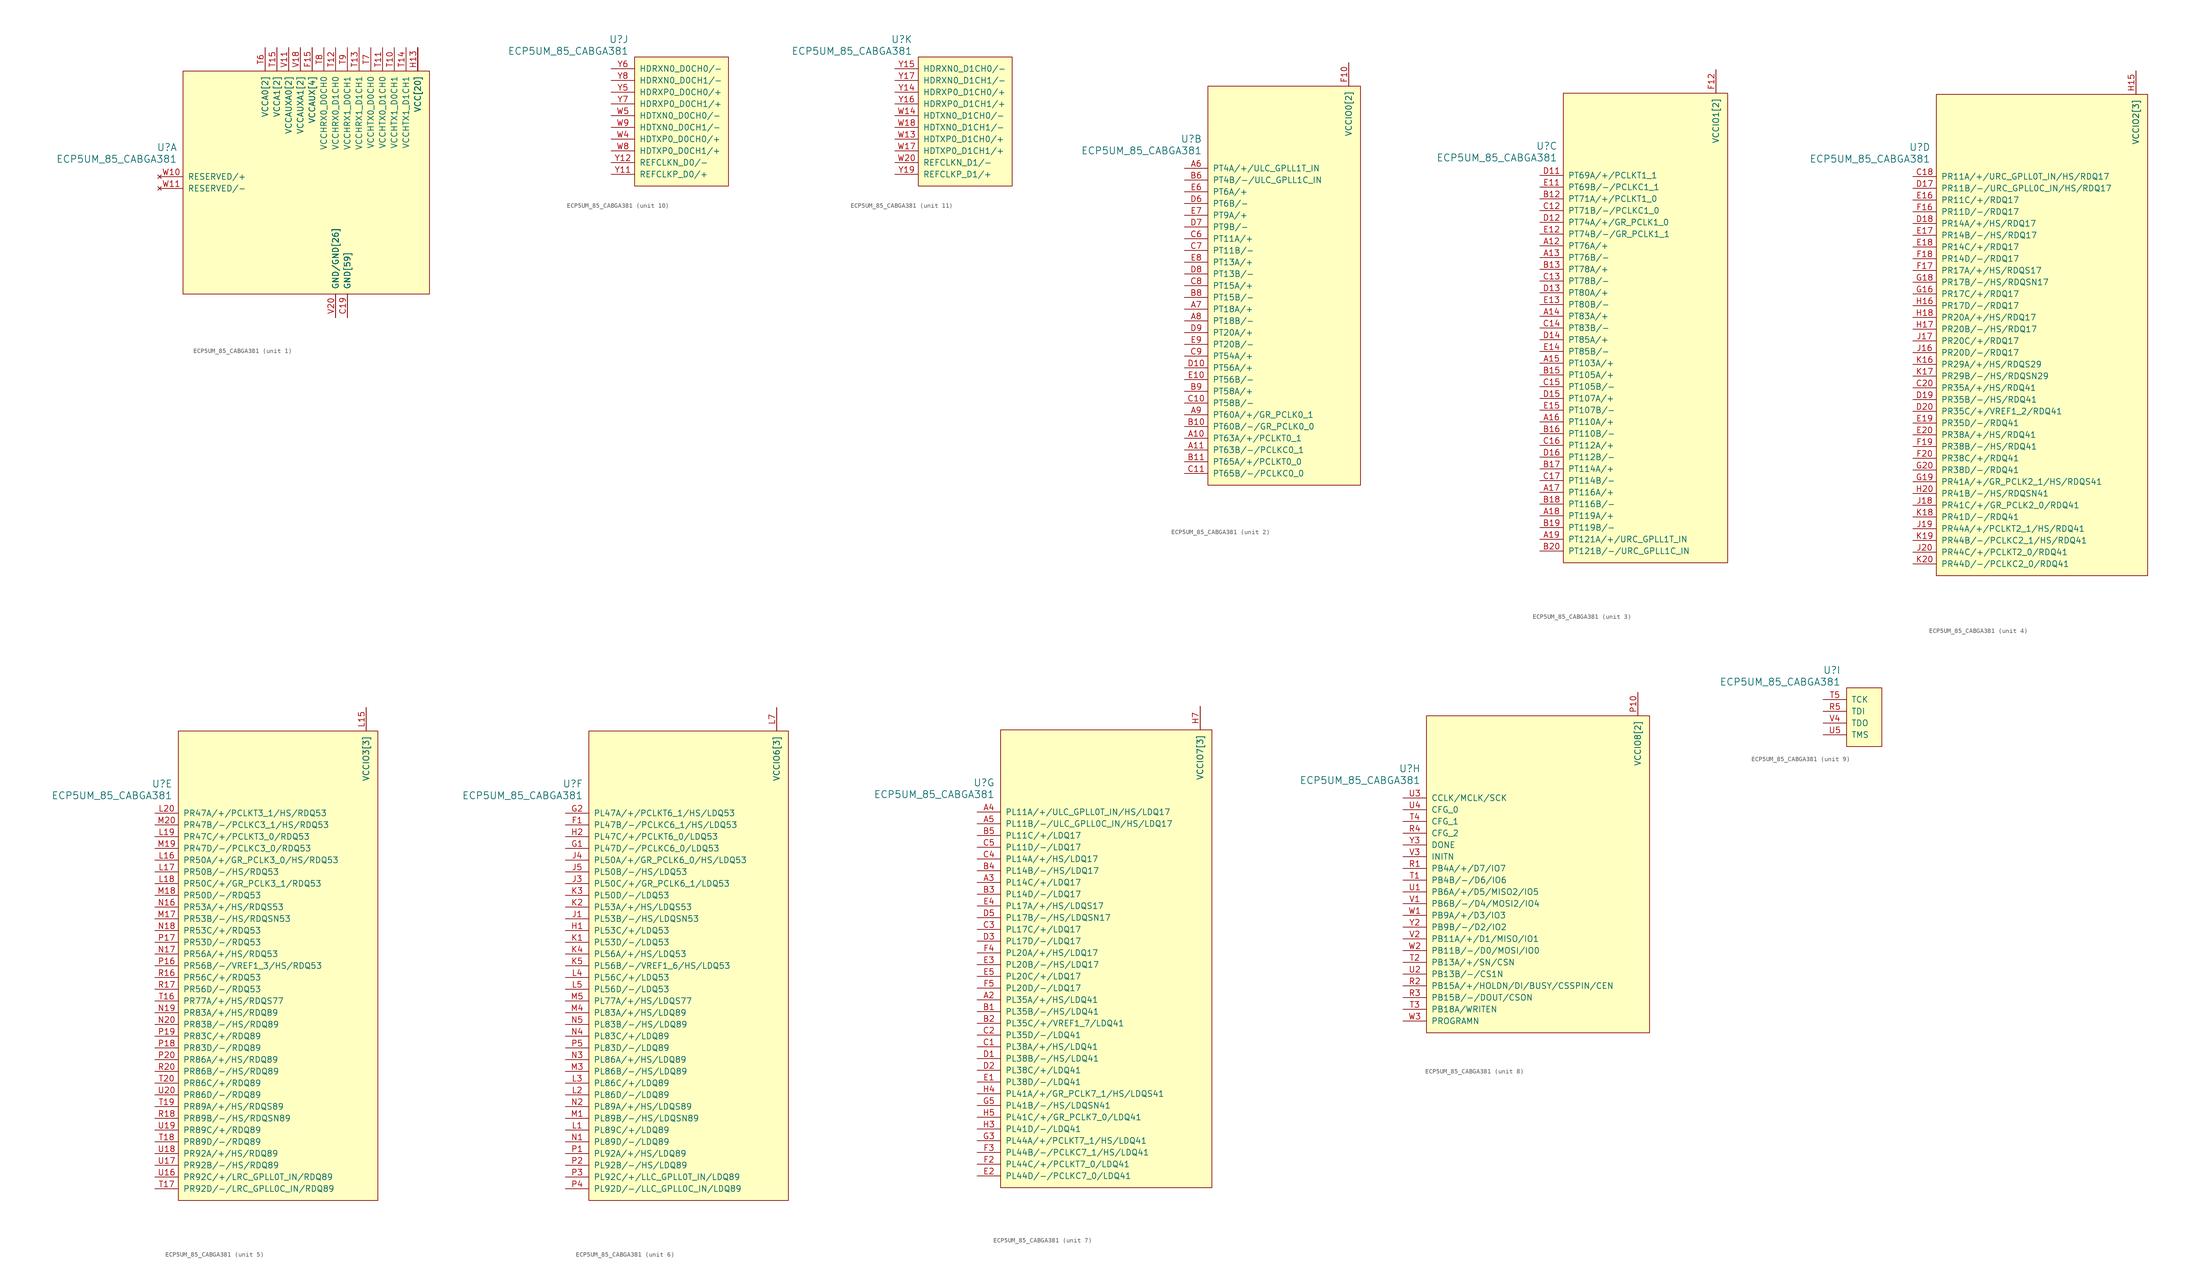
<source format=kicad_sym>
(kicad_symbol_lib
  (version 20211014)
  (generator kicad_symbol_editor)
  (symbol "ECP5UM_85_CABGA381"
    (pin_names
      (offset 1.016))
    (property "Reference" "U"
      (at 3.81 6.35 0)
      (effects (font (size 1.524 1.524)) (justify right)))
    (property "Value" "ECP5UM_85_CABGA381"
      (at 3.81 3.81 0)
      (effects (font (size 1.524 1.524)) (justify right)))
    (property "ki_locked" ""
      (at 0 0 0)
      (effects (font (size 1.27 1.27))))
    (symbol "ECP5UM_85_CABGA381_1_1"
      (rectangle (start 5.08 22.86) (end 58.42 -25.4) (stroke (width 0) (type default) (color 0 0 0 0)) (fill (type background)))
      (pin power_in line (at 40.64 -30.48 90) (length 5.08) (name "GND[59]" (effects (font (size 1.27 1.27)))) (number "B14" (effects (font (size 0 0)))))
      (pin power_in line (at 40.64 -30.48 90) (length 5.08) (name "GND[59]" (effects (font (size 1.27 1.27)))) (number "B7" (effects (font (size 0 0)))))
      (pin power_in line (at 40.64 -30.48 90) (length 5.08) (name "GND[59]" (effects (font (size 1.27 1.27)))) (number "C19" (effects (font (size 1.27 1.27)))))
      (pin power_in line (at 40.64 -30.48 90) (length 5.08) (name "GND[59]" (effects (font (size 1.27 1.27)))) (number "D4" (effects (font (size 0 0)))))
      (pin power_in line (at 40.64 -30.48 90) (length 5.08) (name "GND[59]" (effects (font (size 1.27 1.27)))) (number "F13" (effects (font (size 0 0)))))
      (pin power_in line (at 40.64 -30.48 90) (length 5.08) (name "GND[59]" (effects (font (size 1.27 1.27)))) (number "F14" (effects (font (size 0 0)))))
      (pin power_in line (at 33.02 27.94 270) (length 5.08) (name "VCCAUX[4]" (effects (font (size 1.27 1.27)))) (number "F15" (effects (font (size 1.27 1.27)))))
      (pin power_in line (at 33.02 27.94 270) (length 5.08) (name "VCCAUX[4]" (effects (font (size 1.27 1.27)))) (number "F6" (effects (font (size 0 0)))))
      (pin power_in line (at 40.64 -30.48 90) (length 5.08) (name "GND[59]" (effects (font (size 1.27 1.27)))) (number "F7" (effects (font (size 0 0)))))
      (pin power_in line (at 40.64 -30.48 90) (length 5.08) (name "GND[59]" (effects (font (size 1.27 1.27)))) (number "F8" (effects (font (size 0 0)))))
      (pin power_in line (at 40.64 -30.48 90) (length 5.08) (name "GND[59]" (effects (font (size 1.27 1.27)))) (number "G10" (effects (font (size 0 0)))))
      (pin power_in line (at 40.64 -30.48 90) (length 5.08) (name "GND[59]" (effects (font (size 1.27 1.27)))) (number "G11" (effects (font (size 0 0)))))
      (pin power_in line (at 40.64 -30.48 90) (length 5.08) (name "GND[59]" (effects (font (size 1.27 1.27)))) (number "G12" (effects (font (size 0 0)))))
      (pin power_in line (at 40.64 -30.48 90) (length 5.08) (name "GND[59]" (effects (font (size 1.27 1.27)))) (number "G13" (effects (font (size 0 0)))))
      (pin power_in line (at 40.64 -30.48 90) (length 5.08) (name "GND[59]" (effects (font (size 1.27 1.27)))) (number "G14" (effects (font (size 0 0)))))
      (pin power_in line (at 40.64 -30.48 90) (length 5.08) (name "GND[59]" (effects (font (size 1.27 1.27)))) (number "G15" (effects (font (size 0 0)))))
      (pin power_in line (at 40.64 -30.48 90) (length 5.08) (name "GND[59]" (effects (font (size 1.27 1.27)))) (number "G17" (effects (font (size 0 0)))))
      (pin power_in line (at 40.64 -30.48 90) (length 5.08) (name "GND[59]" (effects (font (size 1.27 1.27)))) (number "G4" (effects (font (size 0 0)))))
      (pin power_in line (at 40.64 -30.48 90) (length 5.08) (name "GND[59]" (effects (font (size 1.27 1.27)))) (number "G6" (effects (font (size 0 0)))))
      (pin power_in line (at 40.64 -30.48 90) (length 5.08) (name "GND[59]" (effects (font (size 1.27 1.27)))) (number "G7" (effects (font (size 0 0)))))
      (pin power_in line (at 40.64 -30.48 90) (length 5.08) (name "GND[59]" (effects (font (size 1.27 1.27)))) (number "G8" (effects (font (size 0 0)))))
      (pin power_in line (at 40.64 -30.48 90) (length 5.08) (name "GND[59]" (effects (font (size 1.27 1.27)))) (number "G9" (effects (font (size 0 0)))))
      (pin power_in line (at 55.88 27.94 270) (length 5.08) (name "VCC[20]" (effects (font (size 1.27 1.27)))) (number "H10" (effects (font (size 0 0)))))
      (pin power_in line (at 55.88 27.94 270) (length 5.08) (name "VCC[20]" (effects (font (size 1.27 1.27)))) (number "H11" (effects (font (size 0 0)))))
      (pin power_in line (at 55.88 27.94 270) (length 5.08) (name "VCC[20]" (effects (font (size 1.27 1.27)))) (number "H12" (effects (font (size 0 0)))))
      (pin power_in line (at 55.88 27.94 270) (length 5.08) (name "VCC[20]" (effects (font (size 1.27 1.27)))) (number "H13" (effects (font (size 1.27 1.27)))))
      (pin power_in line (at 40.64 -30.48 90) (length 5.08) (name "GND[59]" (effects (font (size 1.27 1.27)))) (number "H19" (effects (font (size 0 0)))))
      (pin power_in line (at 55.88 27.94 270) (length 5.08) (name "VCC[20]" (effects (font (size 1.27 1.27)))) (number "H8" (effects (font (size 0 0)))))
      (pin power_in line (at 55.88 27.94 270) (length 5.08) (name "VCC[20]" (effects (font (size 1.27 1.27)))) (number "H9" (effects (font (size 0 0)))))
      (pin power_in line (at 40.64 -30.48 90) (length 5.08) (name "GND[59]" (effects (font (size 1.27 1.27)))) (number "J10" (effects (font (size 0 0)))))
      (pin power_in line (at 40.64 -30.48 90) (length 5.08) (name "GND[59]" (effects (font (size 1.27 1.27)))) (number "J11" (effects (font (size 0 0)))))
      (pin power_in line (at 40.64 -30.48 90) (length 5.08) (name "GND[59]" (effects (font (size 1.27 1.27)))) (number "J12" (effects (font (size 0 0)))))
      (pin power_in line (at 55.88 27.94 270) (length 5.08) (name "VCC[20]" (effects (font (size 1.27 1.27)))) (number "J13" (effects (font (size 0 0)))))
      (pin power_in line (at 40.64 -30.48 90) (length 5.08) (name "GND[59]" (effects (font (size 1.27 1.27)))) (number "J14" (effects (font (size 0 0)))))
      (pin power_in line (at 40.64 -30.48 90) (length 5.08) (name "GND[59]" (effects (font (size 1.27 1.27)))) (number "J2" (effects (font (size 0 0)))))
      (pin power_in line (at 40.64 -30.48 90) (length 5.08) (name "GND[59]" (effects (font (size 1.27 1.27)))) (number "J7" (effects (font (size 0 0)))))
      (pin power_in line (at 55.88 27.94 270) (length 5.08) (name "VCC[20]" (effects (font (size 1.27 1.27)))) (number "J8" (effects (font (size 0 0)))))
      (pin power_in line (at 40.64 -30.48 90) (length 5.08) (name "GND[59]" (effects (font (size 1.27 1.27)))) (number "J9" (effects (font (size 0 0)))))
      (pin power_in line (at 40.64 -30.48 90) (length 5.08) (name "GND[59]" (effects (font (size 1.27 1.27)))) (number "K10" (effects (font (size 0 0)))))
      (pin power_in line (at 40.64 -30.48 90) (length 5.08) (name "GND[59]" (effects (font (size 1.27 1.27)))) (number "K11" (effects (font (size 0 0)))))
      (pin power_in line (at 40.64 -30.48 90) (length 5.08) (name "GND[59]" (effects (font (size 1.27 1.27)))) (number "K12" (effects (font (size 0 0)))))
      (pin power_in line (at 55.88 27.94 270) (length 5.08) (name "VCC[20]" (effects (font (size 1.27 1.27)))) (number "K13" (effects (font (size 0 0)))))
      (pin power_in line (at 40.64 -30.48 90) (length 5.08) (name "GND[59]" (effects (font (size 1.27 1.27)))) (number "K14" (effects (font (size 0 0)))))
      (pin power_in line (at 40.64 -30.48 90) (length 5.08) (name "GND[59]" (effects (font (size 1.27 1.27)))) (number "K15" (effects (font (size 0 0)))))
      (pin power_in line (at 40.64 -30.48 90) (length 5.08) (name "GND[59]" (effects (font (size 1.27 1.27)))) (number "K6" (effects (font (size 0 0)))))
      (pin power_in line (at 40.64 -30.48 90) (length 5.08) (name "GND[59]" (effects (font (size 1.27 1.27)))) (number "K7" (effects (font (size 0 0)))))
      (pin power_in line (at 55.88 27.94 270) (length 5.08) (name "VCC[20]" (effects (font (size 1.27 1.27)))) (number "K8" (effects (font (size 0 0)))))
      (pin power_in line (at 40.64 -30.48 90) (length 5.08) (name "GND[59]" (effects (font (size 1.27 1.27)))) (number "K9" (effects (font (size 0 0)))))
      (pin power_in line (at 40.64 -30.48 90) (length 5.08) (name "GND[59]" (effects (font (size 1.27 1.27)))) (number "L10" (effects (font (size 0 0)))))
      (pin power_in line (at 40.64 -30.48 90) (length 5.08) (name "GND[59]" (effects (font (size 1.27 1.27)))) (number "L11" (effects (font (size 0 0)))))
      (pin power_in line (at 40.64 -30.48 90) (length 5.08) (name "GND[59]" (effects (font (size 1.27 1.27)))) (number "L12" (effects (font (size 0 0)))))
      (pin power_in line (at 55.88 27.94 270) (length 5.08) (name "VCC[20]" (effects (font (size 1.27 1.27)))) (number "L13" (effects (font (size 0 0)))))
      (pin power_in line (at 55.88 27.94 270) (length 5.08) (name "VCC[20]" (effects (font (size 1.27 1.27)))) (number "L8" (effects (font (size 0 0)))))
      (pin power_in line (at 40.64 -30.48 90) (length 5.08) (name "GND[59]" (effects (font (size 1.27 1.27)))) (number "L9" (effects (font (size 0 0)))))
      (pin power_in line (at 40.64 -30.48 90) (length 5.08) (name "GND[59]" (effects (font (size 1.27 1.27)))) (number "M10" (effects (font (size 0 0)))))
      (pin power_in line (at 40.64 -30.48 90) (length 5.08) (name "GND[59]" (effects (font (size 1.27 1.27)))) (number "M11" (effects (font (size 0 0)))))
      (pin power_in line (at 40.64 -30.48 90) (length 5.08) (name "GND[59]" (effects (font (size 1.27 1.27)))) (number "M12" (effects (font (size 0 0)))))
      (pin power_in line (at 55.88 27.94 270) (length 5.08) (name "VCC[20]" (effects (font (size 1.27 1.27)))) (number "M13" (effects (font (size 0 0)))))
      (pin power_in line (at 40.64 -30.48 90) (length 5.08) (name "GND[59]" (effects (font (size 1.27 1.27)))) (number "M14" (effects (font (size 0 0)))))
      (pin power_in line (at 40.64 -30.48 90) (length 5.08) (name "GND[59]" (effects (font (size 1.27 1.27)))) (number "M16" (effects (font (size 0 0)))))
      (pin power_in line (at 40.64 -30.48 90) (length 5.08) (name "GND[59]" (effects (font (size 1.27 1.27)))) (number "M2" (effects (font (size 0 0)))))
      (pin power_in line (at 40.64 -30.48 90) (length 5.08) (name "GND[59]" (effects (font (size 1.27 1.27)))) (number "M7" (effects (font (size 0 0)))))
      (pin power_in line (at 55.88 27.94 270) (length 5.08) (name "VCC[20]" (effects (font (size 1.27 1.27)))) (number "M8" (effects (font (size 0 0)))))
      (pin power_in line (at 40.64 -30.48 90) (length 5.08) (name "GND[59]" (effects (font (size 1.27 1.27)))) (number "M9" (effects (font (size 0 0)))))
      (pin power_in line (at 55.88 27.94 270) (length 5.08) (name "VCC[20]" (effects (font (size 1.27 1.27)))) (number "N10" (effects (font (size 0 0)))))
      (pin power_in line (at 55.88 27.94 270) (length 5.08) (name "VCC[20]" (effects (font (size 1.27 1.27)))) (number "N11" (effects (font (size 0 0)))))
      (pin power_in line (at 55.88 27.94 270) (length 5.08) (name "VCC[20]" (effects (font (size 1.27 1.27)))) (number "N12" (effects (font (size 0 0)))))
      (pin power_in line (at 55.88 27.94 270) (length 5.08) (name "VCC[20]" (effects (font (size 1.27 1.27)))) (number "N13" (effects (font (size 0 0)))))
      (pin power_in line (at 40.64 -30.48 90) (length 5.08) (name "GND[59]" (effects (font (size 1.27 1.27)))) (number "N14" (effects (font (size 0 0)))))
      (pin power_in line (at 40.64 -30.48 90) (length 5.08) (name "GND[59]" (effects (font (size 1.27 1.27)))) (number "N15" (effects (font (size 0 0)))))
      (pin power_in line (at 40.64 -30.48 90) (length 5.08) (name "GND[59]" (effects (font (size 1.27 1.27)))) (number "N6" (effects (font (size 0 0)))))
      (pin power_in line (at 40.64 -30.48 90) (length 5.08) (name "GND[59]" (effects (font (size 1.27 1.27)))) (number "N7" (effects (font (size 0 0)))))
      (pin power_in line (at 55.88 27.94 270) (length 5.08) (name "VCC[20]" (effects (font (size 1.27 1.27)))) (number "N8" (effects (font (size 0 0)))))
      (pin power_in line (at 55.88 27.94 270) (length 5.08) (name "VCC[20]" (effects (font (size 1.27 1.27)))) (number "N9" (effects (font (size 0 0)))))
      (pin power_in line (at 40.64 -30.48 90) (length 5.08) (name "GND[59]" (effects (font (size 1.27 1.27)))) (number "P11" (effects (font (size 0 0)))))
      (pin power_in line (at 40.64 -30.48 90) (length 5.08) (name "GND[59]" (effects (font (size 1.27 1.27)))) (number "P12" (effects (font (size 0 0)))))
      (pin power_in line (at 40.64 -30.48 90) (length 5.08) (name "GND[59]" (effects (font (size 1.27 1.27)))) (number "P13" (effects (font (size 0 0)))))
      (pin power_in line (at 40.64 -30.48 90) (length 5.08) (name "GND[59]" (effects (font (size 1.27 1.27)))) (number "P14" (effects (font (size 0 0)))))
      (pin power_in line (at 33.02 27.94 270) (length 5.08) (name "VCCAUX[4]" (effects (font (size 1.27 1.27)))) (number "P15" (effects (font (size 0 0)))))
      (pin power_in line (at 33.02 27.94 270) (length 5.08) (name "VCCAUX[4]" (effects (font (size 1.27 1.27)))) (number "P6" (effects (font (size 0 0)))))
      (pin power_in line (at 40.64 -30.48 90) (length 5.08) (name "GND[59]" (effects (font (size 1.27 1.27)))) (number "P7" (effects (font (size 0 0)))))
      (pin power_in line (at 40.64 -30.48 90) (length 5.08) (name "GND[59]" (effects (font (size 1.27 1.27)))) (number "P8" (effects (font (size 0 0)))))
      (pin power_in line (at 40.64 -30.48 90) (length 5.08) (name "GND[59]" (effects (font (size 1.27 1.27)))) (number "R19" (effects (font (size 0 0)))))
      (pin power_in line (at 50.8 27.94 270) (length 5.08) (name "VCCHTX1_D0CH1" (effects (font (size 1.27 1.27)))) (number "T10" (effects (font (size 1.27 1.27)))))
      (pin power_in line (at 48.26 27.94 270) (length 5.08) (name "VCCHTX0_D1CH0" (effects (font (size 1.27 1.27)))) (number "T11" (effects (font (size 1.27 1.27)))))
      (pin power_in line (at 38.1 27.94 270) (length 5.08) (name "VCCHRX0_D1CH0" (effects (font (size 1.27 1.27)))) (number "T12" (effects (font (size 1.27 1.27)))))
      (pin power_in line (at 43.18 27.94 270) (length 5.08) (name "VCCHRX1_D1CH1" (effects (font (size 1.27 1.27)))) (number "T13" (effects (font (size 1.27 1.27)))))
      (pin power_in line (at 53.34 27.94 270) (length 5.08) (name "VCCHTX1_D1CH1" (effects (font (size 1.27 1.27)))) (number "T14" (effects (font (size 1.27 1.27)))))
      (pin power_in line (at 25.4 27.94 270) (length 5.08) (name "VCCA1[2]" (effects (font (size 1.27 1.27)))) (number "T15" (effects (font (size 1.27 1.27)))))
      (pin power_in line (at 22.86 27.94 270) (length 5.08) (name "VCCA0[2]" (effects (font (size 1.27 1.27)))) (number "T6" (effects (font (size 1.27 1.27)))))
      (pin power_in line (at 45.72 27.94 270) (length 5.08) (name "VCCHTX0_D0CH0" (effects (font (size 1.27 1.27)))) (number "T7" (effects (font (size 1.27 1.27)))))
      (pin power_in line (at 35.56 27.94 270) (length 5.08) (name "VCCHRX0_D0CH0" (effects (font (size 1.27 1.27)))) (number "T8" (effects (font (size 1.27 1.27)))))
      (pin power_in line (at 40.64 27.94 270) (length 5.08) (name "VCCHRX1_D0CH1" (effects (font (size 1.27 1.27)))) (number "T9" (effects (font (size 1.27 1.27)))))
      (pin power_in line (at 38.1 -30.48 90) (length 5.08) (name "GND/GND[26]" (effects (font (size 1.27 1.27)))) (number "U10" (effects (font (size 0 0)))))
      (pin power_in line (at 38.1 -30.48 90) (length 5.08) (name "GND/GND[26]" (effects (font (size 1.27 1.27)))) (number "U11" (effects (font (size 0 0)))))
      (pin power_in line (at 38.1 -30.48 90) (length 5.08) (name "GND/GND[26]" (effects (font (size 1.27 1.27)))) (number "U12" (effects (font (size 0 0)))))
      (pin power_in line (at 38.1 -30.48 90) (length 5.08) (name "GND/GND[26]" (effects (font (size 1.27 1.27)))) (number "U13" (effects (font (size 0 0)))))
      (pin power_in line (at 38.1 -30.48 90) (length 5.08) (name "GND/GND[26]" (effects (font (size 1.27 1.27)))) (number "U14" (effects (font (size 0 0)))))
      (pin power_in line (at 25.4 27.94 270) (length 5.08) (name "VCCA1[2]" (effects (font (size 1.27 1.27)))) (number "U15" (effects (font (size 0 0)))))
      (pin power_in line (at 22.86 27.94 270) (length 5.08) (name "VCCA0[2]" (effects (font (size 1.27 1.27)))) (number "U6" (effects (font (size 0 0)))))
      (pin power_in line (at 38.1 -30.48 90) (length 5.08) (name "GND/GND[26]" (effects (font (size 1.27 1.27)))) (number "U7" (effects (font (size 0 0)))))
      (pin power_in line (at 38.1 -30.48 90) (length 5.08) (name "GND/GND[26]" (effects (font (size 1.27 1.27)))) (number "U8" (effects (font (size 0 0)))))
      (pin power_in line (at 38.1 -30.48 90) (length 5.08) (name "GND/GND[26]" (effects (font (size 1.27 1.27)))) (number "U9" (effects (font (size 0 0)))))
      (pin power_in line (at 27.94 27.94 270) (length 5.08) (name "VCCAUXA0[2]" (effects (font (size 1.27 1.27)))) (number "V10" (effects (font (size 0 0)))))
      (pin power_in line (at 27.94 27.94 270) (length 5.08) (name "VCCAUXA0[2]" (effects (font (size 1.27 1.27)))) (number "V11" (effects (font (size 1.27 1.27)))))
      (pin power_in line (at 38.1 -30.48 90) (length 5.08) (name "GND/GND[26]" (effects (font (size 1.27 1.27)))) (number "V12" (effects (font (size 0 0)))))
      (pin power_in line (at 38.1 -30.48 90) (length 5.08) (name "GND/GND[26]" (effects (font (size 1.27 1.27)))) (number "V13" (effects (font (size 0 0)))))
      (pin power_in line (at 38.1 -30.48 90) (length 5.08) (name "GND/GND[26]" (effects (font (size 1.27 1.27)))) (number "V14" (effects (font (size 0 0)))))
      (pin power_in line (at 38.1 -30.48 90) (length 5.08) (name "GND/GND[26]" (effects (font (size 1.27 1.27)))) (number "V15" (effects (font (size 0 0)))))
      (pin power_in line (at 38.1 -30.48 90) (length 5.08) (name "GND/GND[26]" (effects (font (size 1.27 1.27)))) (number "V16" (effects (font (size 0 0)))))
      (pin power_in line (at 30.48 27.94 270) (length 5.08) (name "VCCAUXA1[2]" (effects (font (size 1.27 1.27)))) (number "V17" (effects (font (size 0 0)))))
      (pin power_in line (at 30.48 27.94 270) (length 5.08) (name "VCCAUXA1[2]" (effects (font (size 1.27 1.27)))) (number "V18" (effects (font (size 1.27 1.27)))))
      (pin power_in line (at 38.1 -30.48 90) (length 5.08) (name "GND/GND[26]" (effects (font (size 1.27 1.27)))) (number "V19" (effects (font (size 0 0)))))
      (pin power_in line (at 38.1 -30.48 90) (length 5.08) (name "GND/GND[26]" (effects (font (size 1.27 1.27)))) (number "V20" (effects (font (size 1.27 1.27)))))
      (pin power_in line (at 38.1 -30.48 90) (length 5.08) (name "GND/GND[26]" (effects (font (size 1.27 1.27)))) (number "V5" (effects (font (size 0 0)))))
      (pin power_in line (at 38.1 -30.48 90) (length 5.08) (name "GND/GND[26]" (effects (font (size 1.27 1.27)))) (number "V6" (effects (font (size 0 0)))))
      (pin power_in line (at 38.1 -30.48 90) (length 5.08) (name "GND/GND[26]" (effects (font (size 1.27 1.27)))) (number "V7" (effects (font (size 0 0)))))
      (pin power_in line (at 38.1 -30.48 90) (length 5.08) (name "GND/GND[26]" (effects (font (size 1.27 1.27)))) (number "V8" (effects (font (size 0 0)))))
      (pin power_in line (at 38.1 -30.48 90) (length 5.08) (name "GND/GND[26]" (effects (font (size 1.27 1.27)))) (number "V9" (effects (font (size 0 0)))))
      (pin no_connect line (at 0 0 0) (length 5.08) (name "RESERVED/+" (effects (font (size 1.27 1.27)))) (number "W10" (effects (font (size 1.27 1.27)))))
      (pin no_connect line (at 0 -2.54 0) (length 5.08) (name "RESERVED/-" (effects (font (size 1.27 1.27)))) (number "W11" (effects (font (size 1.27 1.27)))))
      (pin power_in line (at 38.1 -30.48 90) (length 5.08) (name "GND/GND[26]" (effects (font (size 1.27 1.27)))) (number "W12" (effects (font (size 0 0)))))
      (pin power_in line (at 38.1 -30.48 90) (length 5.08) (name "GND/GND[26]" (effects (font (size 1.27 1.27)))) (number "W15" (effects (font (size 0 0)))))
      (pin power_in line (at 38.1 -30.48 90) (length 5.08) (name "GND/GND[26]" (effects (font (size 1.27 1.27)))) (number "W16" (effects (font (size 0 0)))))
      (pin power_in line (at 38.1 -30.48 90) (length 5.08) (name "GND/GND[26]" (effects (font (size 1.27 1.27)))) (number "W19" (effects (font (size 0 0)))))
      (pin power_in line (at 38.1 -30.48 90) (length 5.08) (name "GND/GND[26]" (effects (font (size 1.27 1.27)))) (number "W6" (effects (font (size 0 0)))))
      (pin power_in line (at 38.1 -30.48 90) (length 5.08) (name "GND/GND[26]" (effects (font (size 1.27 1.27)))) (number "W7" (effects (font (size 0 0))))))
    (symbol "ECP5UM_85_CABGA381_2_1"
      (rectangle (start 5.08 17.78) (end 38.1 -68.58) (stroke (width 0) (type default) (color 0 0 0 0)) (fill (type background)))
      (pin bidirectional line (at 0 -58.42 0) (length 5.08) (name "PT63A/+/PCLKT0_1" (effects (font (size 1.27 1.27)))) (number "A10" (effects (font (size 1.27 1.27)))))
      (pin bidirectional line (at 0 -60.96 0) (length 5.08) (name "PT63B/-/PCLKC0_1" (effects (font (size 1.27 1.27)))) (number "A11" (effects (font (size 1.27 1.27)))))
      (pin bidirectional line (at 0 0 0) (length 5.08) (name "PT4A/+/ULC_GPLL1T_IN" (effects (font (size 1.27 1.27)))) (number "A6" (effects (font (size 1.27 1.27)))))
      (pin bidirectional line (at 0 -30.48 0) (length 5.08) (name "PT18A/+" (effects (font (size 1.27 1.27)))) (number "A7" (effects (font (size 1.27 1.27)))))
      (pin bidirectional line (at 0 -33.02 0) (length 5.08) (name "PT18B/-" (effects (font (size 1.27 1.27)))) (number "A8" (effects (font (size 1.27 1.27)))))
      (pin bidirectional line (at 0 -53.34 0) (length 5.08) (name "PT60A/+/GR_PCLK0_1" (effects (font (size 1.27 1.27)))) (number "A9" (effects (font (size 1.27 1.27)))))
      (pin bidirectional line (at 0 -55.88 0) (length 5.08) (name "PT60B/-/GR_PCLK0_0" (effects (font (size 1.27 1.27)))) (number "B10" (effects (font (size 1.27 1.27)))))
      (pin bidirectional line (at 0 -63.5 0) (length 5.08) (name "PT65A/+/PCLKT0_0" (effects (font (size 1.27 1.27)))) (number "B11" (effects (font (size 1.27 1.27)))))
      (pin bidirectional line (at 0 -2.54 0) (length 5.08) (name "PT4B/-/ULC_GPLL1C_IN" (effects (font (size 1.27 1.27)))) (number "B6" (effects (font (size 1.27 1.27)))))
      (pin bidirectional line (at 0 -27.94 0) (length 5.08) (name "PT15B/-" (effects (font (size 1.27 1.27)))) (number "B8" (effects (font (size 1.27 1.27)))))
      (pin bidirectional line (at 0 -48.26 0) (length 5.08) (name "PT58A/+" (effects (font (size 1.27 1.27)))) (number "B9" (effects (font (size 1.27 1.27)))))
      (pin bidirectional line (at 0 -50.8 0) (length 5.08) (name "PT58B/-" (effects (font (size 1.27 1.27)))) (number "C10" (effects (font (size 1.27 1.27)))))
      (pin bidirectional line (at 0 -66.04 0) (length 5.08) (name "PT65B/-/PCLKC0_0" (effects (font (size 1.27 1.27)))) (number "C11" (effects (font (size 1.27 1.27)))))
      (pin bidirectional line (at 0 -15.24 0) (length 5.08) (name "PT11A/+" (effects (font (size 1.27 1.27)))) (number "C6" (effects (font (size 1.27 1.27)))))
      (pin bidirectional line (at 0 -17.78 0) (length 5.08) (name "PT11B/-" (effects (font (size 1.27 1.27)))) (number "C7" (effects (font (size 1.27 1.27)))))
      (pin bidirectional line (at 0 -25.4 0) (length 5.08) (name "PT15A/+" (effects (font (size 1.27 1.27)))) (number "C8" (effects (font (size 1.27 1.27)))))
      (pin bidirectional line (at 0 -40.64 0) (length 5.08) (name "PT54A/+" (effects (font (size 1.27 1.27)))) (number "C9" (effects (font (size 1.27 1.27)))))
      (pin bidirectional line (at 0 -43.18 0) (length 5.08) (name "PT56A/+" (effects (font (size 1.27 1.27)))) (number "D10" (effects (font (size 1.27 1.27)))))
      (pin bidirectional line (at 0 -7.62 0) (length 5.08) (name "PT6B/-" (effects (font (size 1.27 1.27)))) (number "D6" (effects (font (size 1.27 1.27)))))
      (pin bidirectional line (at 0 -12.7 0) (length 5.08) (name "PT9B/-" (effects (font (size 1.27 1.27)))) (number "D7" (effects (font (size 1.27 1.27)))))
      (pin bidirectional line (at 0 -22.86 0) (length 5.08) (name "PT13B/-" (effects (font (size 1.27 1.27)))) (number "D8" (effects (font (size 1.27 1.27)))))
      (pin bidirectional line (at 0 -35.56 0) (length 5.08) (name "PT20A/+" (effects (font (size 1.27 1.27)))) (number "D9" (effects (font (size 1.27 1.27)))))
      (pin bidirectional line (at 0 -45.72 0) (length 5.08) (name "PT56B/-" (effects (font (size 1.27 1.27)))) (number "E10" (effects (font (size 1.27 1.27)))))
      (pin bidirectional line (at 0 -5.08 0) (length 5.08) (name "PT6A/+" (effects (font (size 1.27 1.27)))) (number "E6" (effects (font (size 1.27 1.27)))))
      (pin bidirectional line (at 0 -10.16 0) (length 5.08) (name "PT9A/+" (effects (font (size 1.27 1.27)))) (number "E7" (effects (font (size 1.27 1.27)))))
      (pin bidirectional line (at 0 -20.32 0) (length 5.08) (name "PT13A/+" (effects (font (size 1.27 1.27)))) (number "E8" (effects (font (size 1.27 1.27)))))
      (pin bidirectional line (at 0 -38.1 0) (length 5.08) (name "PT20B/-" (effects (font (size 1.27 1.27)))) (number "E9" (effects (font (size 1.27 1.27)))))
      (pin power_in line (at 35.56 22.86 270) (length 5.08) (name "VCCIO0[2]" (effects (font (size 1.27 1.27)))) (number "F10" (effects (font (size 1.27 1.27)))))
      (pin power_in line (at 35.56 22.86 270) (length 5.08) (name "VCCIO0[2]" (effects (font (size 1.27 1.27)))) (number "F9" (effects (font (size 0 0))))))
    (symbol "ECP5UM_85_CABGA381_3_1"
      (rectangle (start 5.08 17.78) (end 40.64 -83.82) (stroke (width 0) (type default) (color 0 0 0 0)) (fill (type background)))
      (pin bidirectional line (at 0 -15.24 0) (length 5.08) (name "PT76A/+" (effects (font (size 1.27 1.27)))) (number "A12" (effects (font (size 1.27 1.27)))))
      (pin bidirectional line (at 0 -17.78 0) (length 5.08) (name "PT76B/-" (effects (font (size 1.27 1.27)))) (number "A13" (effects (font (size 1.27 1.27)))))
      (pin bidirectional line (at 0 -30.48 0) (length 5.08) (name "PT83A/+" (effects (font (size 1.27 1.27)))) (number "A14" (effects (font (size 1.27 1.27)))))
      (pin bidirectional line (at 0 -40.64 0) (length 5.08) (name "PT103A/+" (effects (font (size 1.27 1.27)))) (number "A15" (effects (font (size 1.27 1.27)))))
      (pin bidirectional line (at 0 -53.34 0) (length 5.08) (name "PT110A/+" (effects (font (size 1.27 1.27)))) (number "A16" (effects (font (size 1.27 1.27)))))
      (pin bidirectional line (at 0 -68.58 0) (length 5.08) (name "PT116A/+" (effects (font (size 1.27 1.27)))) (number "A17" (effects (font (size 1.27 1.27)))))
      (pin bidirectional line (at 0 -73.66 0) (length 5.08) (name "PT119A/+" (effects (font (size 1.27 1.27)))) (number "A18" (effects (font (size 1.27 1.27)))))
      (pin bidirectional line (at 0 -78.74 0) (length 5.08) (name "PT121A/+/URC_GPLL1T_IN" (effects (font (size 1.27 1.27)))) (number "A19" (effects (font (size 1.27 1.27)))))
      (pin bidirectional line (at 0 -5.08 0) (length 5.08) (name "PT71A/+/PCLKT1_0" (effects (font (size 1.27 1.27)))) (number "B12" (effects (font (size 1.27 1.27)))))
      (pin bidirectional line (at 0 -20.32 0) (length 5.08) (name "PT78A/+" (effects (font (size 1.27 1.27)))) (number "B13" (effects (font (size 1.27 1.27)))))
      (pin bidirectional line (at 0 -43.18 0) (length 5.08) (name "PT105A/+" (effects (font (size 1.27 1.27)))) (number "B15" (effects (font (size 1.27 1.27)))))
      (pin bidirectional line (at 0 -55.88 0) (length 5.08) (name "PT110B/-" (effects (font (size 1.27 1.27)))) (number "B16" (effects (font (size 1.27 1.27)))))
      (pin bidirectional line (at 0 -63.5 0) (length 5.08) (name "PT114A/+" (effects (font (size 1.27 1.27)))) (number "B17" (effects (font (size 1.27 1.27)))))
      (pin bidirectional line (at 0 -71.12 0) (length 5.08) (name "PT116B/-" (effects (font (size 1.27 1.27)))) (number "B18" (effects (font (size 1.27 1.27)))))
      (pin bidirectional line (at 0 -76.2 0) (length 5.08) (name "PT119B/-" (effects (font (size 1.27 1.27)))) (number "B19" (effects (font (size 1.27 1.27)))))
      (pin bidirectional line (at 0 -81.28 0) (length 5.08) (name "PT121B/-/URC_GPLL1C_IN" (effects (font (size 1.27 1.27)))) (number "B20" (effects (font (size 1.27 1.27)))))
      (pin bidirectional line (at 0 -7.62 0) (length 5.08) (name "PT71B/-/PCLKC1_0" (effects (font (size 1.27 1.27)))) (number "C12" (effects (font (size 1.27 1.27)))))
      (pin bidirectional line (at 0 -22.86 0) (length 5.08) (name "PT78B/-" (effects (font (size 1.27 1.27)))) (number "C13" (effects (font (size 1.27 1.27)))))
      (pin bidirectional line (at 0 -33.02 0) (length 5.08) (name "PT83B/-" (effects (font (size 1.27 1.27)))) (number "C14" (effects (font (size 1.27 1.27)))))
      (pin bidirectional line (at 0 -45.72 0) (length 5.08) (name "PT105B/-" (effects (font (size 1.27 1.27)))) (number "C15" (effects (font (size 1.27 1.27)))))
      (pin bidirectional line (at 0 -58.42 0) (length 5.08) (name "PT112A/+" (effects (font (size 1.27 1.27)))) (number "C16" (effects (font (size 1.27 1.27)))))
      (pin bidirectional line (at 0 -66.04 0) (length 5.08) (name "PT114B/-" (effects (font (size 1.27 1.27)))) (number "C17" (effects (font (size 1.27 1.27)))))
      (pin bidirectional line (at 0 0 0) (length 5.08) (name "PT69A/+/PCLKT1_1" (effects (font (size 1.27 1.27)))) (number "D11" (effects (font (size 1.27 1.27)))))
      (pin bidirectional line (at 0 -10.16 0) (length 5.08) (name "PT74A/+/GR_PCLK1_0" (effects (font (size 1.27 1.27)))) (number "D12" (effects (font (size 1.27 1.27)))))
      (pin bidirectional line (at 0 -25.4 0) (length 5.08) (name "PT80A/+" (effects (font (size 1.27 1.27)))) (number "D13" (effects (font (size 1.27 1.27)))))
      (pin bidirectional line (at 0 -35.56 0) (length 5.08) (name "PT85A/+" (effects (font (size 1.27 1.27)))) (number "D14" (effects (font (size 1.27 1.27)))))
      (pin bidirectional line (at 0 -48.26 0) (length 5.08) (name "PT107A/+" (effects (font (size 1.27 1.27)))) (number "D15" (effects (font (size 1.27 1.27)))))
      (pin bidirectional line (at 0 -60.96 0) (length 5.08) (name "PT112B/-" (effects (font (size 1.27 1.27)))) (number "D16" (effects (font (size 1.27 1.27)))))
      (pin bidirectional line (at 0 -2.54 0) (length 5.08) (name "PT69B/-/PCLKC1_1" (effects (font (size 1.27 1.27)))) (number "E11" (effects (font (size 1.27 1.27)))))
      (pin bidirectional line (at 0 -12.7 0) (length 5.08) (name "PT74B/-/GR_PCLK1_1" (effects (font (size 1.27 1.27)))) (number "E12" (effects (font (size 1.27 1.27)))))
      (pin bidirectional line (at 0 -27.94 0) (length 5.08) (name "PT80B/-" (effects (font (size 1.27 1.27)))) (number "E13" (effects (font (size 1.27 1.27)))))
      (pin bidirectional line (at 0 -38.1 0) (length 5.08) (name "PT85B/-" (effects (font (size 1.27 1.27)))) (number "E14" (effects (font (size 1.27 1.27)))))
      (pin bidirectional line (at 0 -50.8 0) (length 5.08) (name "PT107B/-" (effects (font (size 1.27 1.27)))) (number "E15" (effects (font (size 1.27 1.27)))))
      (pin power_in line (at 38.1 22.86 270) (length 5.08) (name "VCCIO1[2]" (effects (font (size 1.27 1.27)))) (number "F11" (effects (font (size 0 0)))))
      (pin power_in line (at 38.1 22.86 270) (length 5.08) (name "VCCIO1[2]" (effects (font (size 1.27 1.27)))) (number "F12" (effects (font (size 1.27 1.27))))))
    (symbol "ECP5UM_85_CABGA381_4_1"
      (rectangle (start 5.08 17.78) (end 50.8 -86.36) (stroke (width 0) (type default) (color 0 0 0 0)) (fill (type background)))
      (pin bidirectional line (at 0 0 0) (length 5.08) (name "PR11A/+/URC_GPLL0T_IN/HS/RDQ17" (effects (font (size 1.27 1.27)))) (number "C18" (effects (font (size 1.27 1.27)))))
      (pin bidirectional line (at 0 -45.72 0) (length 5.08) (name "PR35A/+/HS/RDQ41" (effects (font (size 1.27 1.27)))) (number "C20" (effects (font (size 1.27 1.27)))))
      (pin bidirectional line (at 0 -2.54 0) (length 5.08) (name "PR11B/-/URC_GPLL0C_IN/HS/RDQ17" (effects (font (size 1.27 1.27)))) (number "D17" (effects (font (size 1.27 1.27)))))
      (pin bidirectional line (at 0 -10.16 0) (length 5.08) (name "PR14A/+/HS/RDQ17" (effects (font (size 1.27 1.27)))) (number "D18" (effects (font (size 1.27 1.27)))))
      (pin bidirectional line (at 0 -48.26 0) (length 5.08) (name "PR35B/-/HS/RDQ41" (effects (font (size 1.27 1.27)))) (number "D19" (effects (font (size 1.27 1.27)))))
      (pin bidirectional line (at 0 -50.8 0) (length 5.08) (name "PR35C/+/VREF1_2/RDQ41" (effects (font (size 1.27 1.27)))) (number "D20" (effects (font (size 1.27 1.27)))))
      (pin bidirectional line (at 0 -5.08 0) (length 5.08) (name "PR11C/+/RDQ17" (effects (font (size 1.27 1.27)))) (number "E16" (effects (font (size 1.27 1.27)))))
      (pin bidirectional line (at 0 -12.7 0) (length 5.08) (name "PR14B/-/HS/RDQ17" (effects (font (size 1.27 1.27)))) (number "E17" (effects (font (size 1.27 1.27)))))
      (pin bidirectional line (at 0 -15.24 0) (length 5.08) (name "PR14C/+/RDQ17" (effects (font (size 1.27 1.27)))) (number "E18" (effects (font (size 1.27 1.27)))))
      (pin bidirectional line (at 0 -53.34 0) (length 5.08) (name "PR35D/-/RDQ41" (effects (font (size 1.27 1.27)))) (number "E19" (effects (font (size 1.27 1.27)))))
      (pin bidirectional line (at 0 -55.88 0) (length 5.08) (name "PR38A/+/HS/RDQ41" (effects (font (size 1.27 1.27)))) (number "E20" (effects (font (size 1.27 1.27)))))
      (pin bidirectional line (at 0 -7.62 0) (length 5.08) (name "PR11D/-/RDQ17" (effects (font (size 1.27 1.27)))) (number "F16" (effects (font (size 1.27 1.27)))))
      (pin bidirectional line (at 0 -20.32 0) (length 5.08) (name "PR17A/+/HS/RDQS17" (effects (font (size 1.27 1.27)))) (number "F17" (effects (font (size 1.27 1.27)))))
      (pin bidirectional line (at 0 -17.78 0) (length 5.08) (name "PR14D/-/RDQ17" (effects (font (size 1.27 1.27)))) (number "F18" (effects (font (size 1.27 1.27)))))
      (pin bidirectional line (at 0 -58.42 0) (length 5.08) (name "PR38B/-/HS/RDQ41" (effects (font (size 1.27 1.27)))) (number "F19" (effects (font (size 1.27 1.27)))))
      (pin bidirectional line (at 0 -60.96 0) (length 5.08) (name "PR38C/+/RDQ41" (effects (font (size 1.27 1.27)))) (number "F20" (effects (font (size 1.27 1.27)))))
      (pin bidirectional line (at 0 -25.4 0) (length 5.08) (name "PR17C/+/RDQ17" (effects (font (size 1.27 1.27)))) (number "G16" (effects (font (size 1.27 1.27)))))
      (pin bidirectional line (at 0 -22.86 0) (length 5.08) (name "PR17B/-/HS/RDQSN17" (effects (font (size 1.27 1.27)))) (number "G18" (effects (font (size 1.27 1.27)))))
      (pin bidirectional line (at 0 -66.04 0) (length 5.08) (name "PR41A/+/GR_PCLK2_1/HS/RDQS41" (effects (font (size 1.27 1.27)))) (number "G19" (effects (font (size 1.27 1.27)))))
      (pin bidirectional line (at 0 -63.5 0) (length 5.08) (name "PR38D/-/RDQ41" (effects (font (size 1.27 1.27)))) (number "G20" (effects (font (size 1.27 1.27)))))
      (pin power_in line (at 48.26 22.86 270) (length 5.08) (name "VCCIO2[3]" (effects (font (size 1.27 1.27)))) (number "H14" (effects (font (size 0 0)))))
      (pin power_in line (at 48.26 22.86 270) (length 5.08) (name "VCCIO2[3]" (effects (font (size 1.27 1.27)))) (number "H15" (effects (font (size 1.27 1.27)))))
      (pin bidirectional line (at 0 -27.94 0) (length 5.08) (name "PR17D/-/RDQ17" (effects (font (size 1.27 1.27)))) (number "H16" (effects (font (size 1.27 1.27)))))
      (pin bidirectional line (at 0 -33.02 0) (length 5.08) (name "PR20B/-/HS/RDQ17" (effects (font (size 1.27 1.27)))) (number "H17" (effects (font (size 1.27 1.27)))))
      (pin bidirectional line (at 0 -30.48 0) (length 5.08) (name "PR20A/+/HS/RDQ17" (effects (font (size 1.27 1.27)))) (number "H18" (effects (font (size 1.27 1.27)))))
      (pin bidirectional line (at 0 -68.58 0) (length 5.08) (name "PR41B/-/HS/RDQSN41" (effects (font (size 1.27 1.27)))) (number "H20" (effects (font (size 1.27 1.27)))))
      (pin power_in line (at 48.26 22.86 270) (length 5.08) (name "VCCIO2[3]" (effects (font (size 1.27 1.27)))) (number "J15" (effects (font (size 0 0)))))
      (pin bidirectional line (at 0 -38.1 0) (length 5.08) (name "PR20D/-/RDQ17" (effects (font (size 1.27 1.27)))) (number "J16" (effects (font (size 1.27 1.27)))))
      (pin bidirectional line (at 0 -35.56 0) (length 5.08) (name "PR20C/+/RDQ17" (effects (font (size 1.27 1.27)))) (number "J17" (effects (font (size 1.27 1.27)))))
      (pin bidirectional line (at 0 -71.12 0) (length 5.08) (name "PR41C/+/GR_PCLK2_0/RDQ41" (effects (font (size 1.27 1.27)))) (number "J18" (effects (font (size 1.27 1.27)))))
      (pin bidirectional line (at 0 -76.2 0) (length 5.08) (name "PR44A/+/PCLKT2_1/HS/RDQ41" (effects (font (size 1.27 1.27)))) (number "J19" (effects (font (size 1.27 1.27)))))
      (pin bidirectional line (at 0 -81.28 0) (length 5.08) (name "PR44C/+/PCLKT2_0/RDQ41" (effects (font (size 1.27 1.27)))) (number "J20" (effects (font (size 1.27 1.27)))))
      (pin bidirectional line (at 0 -40.64 0) (length 5.08) (name "PR29A/+/HS/RDQS29" (effects (font (size 1.27 1.27)))) (number "K16" (effects (font (size 1.27 1.27)))))
      (pin bidirectional line (at 0 -43.18 0) (length 5.08) (name "PR29B/-/HS/RDQSN29" (effects (font (size 1.27 1.27)))) (number "K17" (effects (font (size 1.27 1.27)))))
      (pin bidirectional line (at 0 -73.66 0) (length 5.08) (name "PR41D/-/RDQ41" (effects (font (size 1.27 1.27)))) (number "K18" (effects (font (size 1.27 1.27)))))
      (pin bidirectional line (at 0 -78.74 0) (length 5.08) (name "PR44B/-/PCLKC2_1/HS/RDQ41" (effects (font (size 1.27 1.27)))) (number "K19" (effects (font (size 1.27 1.27)))))
      (pin bidirectional line (at 0 -83.82 0) (length 5.08) (name "PR44D/-/PCLKC2_0/RDQ41" (effects (font (size 1.27 1.27)))) (number "K20" (effects (font (size 1.27 1.27))))))
    (symbol "ECP5UM_85_CABGA381_5_1"
      (rectangle (start 5.08 17.78) (end 48.26 -83.82) (stroke (width 0) (type default) (color 0 0 0 0)) (fill (type background)))
      (pin power_in line (at 45.72 22.86 270) (length 5.08) (name "VCCIO3[3]" (effects (font (size 1.27 1.27)))) (number "L14" (effects (font (size 0 0)))))
      (pin power_in line (at 45.72 22.86 270) (length 5.08) (name "VCCIO3[3]" (effects (font (size 1.27 1.27)))) (number "L15" (effects (font (size 1.27 1.27)))))
      (pin bidirectional line (at 0 -10.16 0) (length 5.08) (name "PR50A/+/GR_PCLK3_0/HS/RDQ53" (effects (font (size 1.27 1.27)))) (number "L16" (effects (font (size 1.27 1.27)))))
      (pin bidirectional line (at 0 -12.7 0) (length 5.08) (name "PR50B/-/HS/RDQ53" (effects (font (size 1.27 1.27)))) (number "L17" (effects (font (size 1.27 1.27)))))
      (pin bidirectional line (at 0 -15.24 0) (length 5.08) (name "PR50C/+/GR_PCLK3_1/RDQ53" (effects (font (size 1.27 1.27)))) (number "L18" (effects (font (size 1.27 1.27)))))
      (pin bidirectional line (at 0 -5.08 0) (length 5.08) (name "PR47C/+/PCLKT3_0/RDQ53" (effects (font (size 1.27 1.27)))) (number "L19" (effects (font (size 1.27 1.27)))))
      (pin bidirectional line (at 0 0 0) (length 5.08) (name "PR47A/+/PCLKT3_1/HS/RDQ53" (effects (font (size 1.27 1.27)))) (number "L20" (effects (font (size 1.27 1.27)))))
      (pin power_in line (at 45.72 22.86 270) (length 5.08) (name "VCCIO3[3]" (effects (font (size 1.27 1.27)))) (number "M15" (effects (font (size 0 0)))))
      (pin bidirectional line (at 0 -22.86 0) (length 5.08) (name "PR53B/-/HS/RDQSN53" (effects (font (size 1.27 1.27)))) (number "M17" (effects (font (size 1.27 1.27)))))
      (pin bidirectional line (at 0 -17.78 0) (length 5.08) (name "PR50D/-/RDQ53" (effects (font (size 1.27 1.27)))) (number "M18" (effects (font (size 1.27 1.27)))))
      (pin bidirectional line (at 0 -7.62 0) (length 5.08) (name "PR47D/-/PCLKC3_0/RDQ53" (effects (font (size 1.27 1.27)))) (number "M19" (effects (font (size 1.27 1.27)))))
      (pin bidirectional line (at 0 -2.54 0) (length 5.08) (name "PR47B/-/PCLKC3_1/HS/RDQ53" (effects (font (size 1.27 1.27)))) (number "M20" (effects (font (size 1.27 1.27)))))
      (pin bidirectional line (at 0 -20.32 0) (length 5.08) (name "PR53A/+/HS/RDQS53" (effects (font (size 1.27 1.27)))) (number "N16" (effects (font (size 1.27 1.27)))))
      (pin bidirectional line (at 0 -30.48 0) (length 5.08) (name "PR56A/+/HS/RDQ53" (effects (font (size 1.27 1.27)))) (number "N17" (effects (font (size 1.27 1.27)))))
      (pin bidirectional line (at 0 -25.4 0) (length 5.08) (name "PR53C/+/RDQ53" (effects (font (size 1.27 1.27)))) (number "N18" (effects (font (size 1.27 1.27)))))
      (pin bidirectional line (at 0 -43.18 0) (length 5.08) (name "PR83A/+/HS/RDQ89" (effects (font (size 1.27 1.27)))) (number "N19" (effects (font (size 1.27 1.27)))))
      (pin bidirectional line (at 0 -45.72 0) (length 5.08) (name "PR83B/-/HS/RDQ89" (effects (font (size 1.27 1.27)))) (number "N20" (effects (font (size 1.27 1.27)))))
      (pin bidirectional line (at 0 -33.02 0) (length 5.08) (name "PR56B/-/VREF1_3/HS/RDQ53" (effects (font (size 1.27 1.27)))) (number "P16" (effects (font (size 1.27 1.27)))))
      (pin bidirectional line (at 0 -27.94 0) (length 5.08) (name "PR53D/-/RDQ53" (effects (font (size 1.27 1.27)))) (number "P17" (effects (font (size 1.27 1.27)))))
      (pin bidirectional line (at 0 -50.8 0) (length 5.08) (name "PR83D/-/RDQ89" (effects (font (size 1.27 1.27)))) (number "P18" (effects (font (size 1.27 1.27)))))
      (pin bidirectional line (at 0 -48.26 0) (length 5.08) (name "PR83C/+/RDQ89" (effects (font (size 1.27 1.27)))) (number "P19" (effects (font (size 1.27 1.27)))))
      (pin bidirectional line (at 0 -53.34 0) (length 5.08) (name "PR86A/+/HS/RDQ89" (effects (font (size 1.27 1.27)))) (number "P20" (effects (font (size 1.27 1.27)))))
      (pin bidirectional line (at 0 -35.56 0) (length 5.08) (name "PR56C/+/RDQ53" (effects (font (size 1.27 1.27)))) (number "R16" (effects (font (size 1.27 1.27)))))
      (pin bidirectional line (at 0 -38.1 0) (length 5.08) (name "PR56D/-/RDQ53" (effects (font (size 1.27 1.27)))) (number "R17" (effects (font (size 1.27 1.27)))))
      (pin bidirectional line (at 0 -66.04 0) (length 5.08) (name "PR89B/-/HS/RDQSN89" (effects (font (size 1.27 1.27)))) (number "R18" (effects (font (size 1.27 1.27)))))
      (pin bidirectional line (at 0 -55.88 0) (length 5.08) (name "PR86B/-/HS/RDQ89" (effects (font (size 1.27 1.27)))) (number "R20" (effects (font (size 1.27 1.27)))))
      (pin bidirectional line (at 0 -40.64 0) (length 5.08) (name "PR77A/+/HS/RDQS77" (effects (font (size 1.27 1.27)))) (number "T16" (effects (font (size 1.27 1.27)))))
      (pin bidirectional line (at 0 -81.28 0) (length 5.08) (name "PR92D/-/LRC_GPLL0C_IN/RDQ89" (effects (font (size 1.27 1.27)))) (number "T17" (effects (font (size 1.27 1.27)))))
      (pin bidirectional line (at 0 -71.12 0) (length 5.08) (name "PR89D/-/RDQ89" (effects (font (size 1.27 1.27)))) (number "T18" (effects (font (size 1.27 1.27)))))
      (pin bidirectional line (at 0 -63.5 0) (length 5.08) (name "PR89A/+/HS/RDQS89" (effects (font (size 1.27 1.27)))) (number "T19" (effects (font (size 1.27 1.27)))))
      (pin bidirectional line (at 0 -58.42 0) (length 5.08) (name "PR86C/+/RDQ89" (effects (font (size 1.27 1.27)))) (number "T20" (effects (font (size 1.27 1.27)))))
      (pin bidirectional line (at 0 -78.74 0) (length 5.08) (name "PR92C/+/LRC_GPLL0T_IN/RDQ89" (effects (font (size 1.27 1.27)))) (number "U16" (effects (font (size 1.27 1.27)))))
      (pin bidirectional line (at 0 -76.2 0) (length 5.08) (name "PR92B/-/HS/RDQ89" (effects (font (size 1.27 1.27)))) (number "U17" (effects (font (size 1.27 1.27)))))
      (pin bidirectional line (at 0 -73.66 0) (length 5.08) (name "PR92A/+/HS/RDQ89" (effects (font (size 1.27 1.27)))) (number "U18" (effects (font (size 1.27 1.27)))))
      (pin bidirectional line (at 0 -68.58 0) (length 5.08) (name "PR89C/+/RDQ89" (effects (font (size 1.27 1.27)))) (number "U19" (effects (font (size 1.27 1.27)))))
      (pin bidirectional line (at 0 -60.96 0) (length 5.08) (name "PR86D/-/RDQ89" (effects (font (size 1.27 1.27)))) (number "U20" (effects (font (size 1.27 1.27))))))
    (symbol "ECP5UM_85_CABGA381_6_1"
      (rectangle (start 5.08 17.78) (end 48.26 -83.82) (stroke (width 0) (type default) (color 0 0 0 0)) (fill (type background)))
      (pin bidirectional line (at 0 -2.54 0) (length 5.08) (name "PL47B/-/PCLKC6_1/HS/LDQ53" (effects (font (size 1.27 1.27)))) (number "F1" (effects (font (size 1.27 1.27)))))
      (pin bidirectional line (at 0 -7.62 0) (length 5.08) (name "PL47D/-/PCLKC6_0/LDQ53" (effects (font (size 1.27 1.27)))) (number "G1" (effects (font (size 1.27 1.27)))))
      (pin bidirectional line (at 0 0 0) (length 5.08) (name "PL47A/+/PCLKT6_1/HS/LDQ53" (effects (font (size 1.27 1.27)))) (number "G2" (effects (font (size 1.27 1.27)))))
      (pin bidirectional line (at 0 -25.4 0) (length 5.08) (name "PL53C/+/LDQ53" (effects (font (size 1.27 1.27)))) (number "H1" (effects (font (size 1.27 1.27)))))
      (pin bidirectional line (at 0 -5.08 0) (length 5.08) (name "PL47C/+/PCLKT6_0/LDQ53" (effects (font (size 1.27 1.27)))) (number "H2" (effects (font (size 1.27 1.27)))))
      (pin bidirectional line (at 0 -22.86 0) (length 5.08) (name "PL53B/-/HS/LDQSN53" (effects (font (size 1.27 1.27)))) (number "J1" (effects (font (size 1.27 1.27)))))
      (pin bidirectional line (at 0 -15.24 0) (length 5.08) (name "PL50C/+/GR_PCLK6_1/LDQ53" (effects (font (size 1.27 1.27)))) (number "J3" (effects (font (size 1.27 1.27)))))
      (pin bidirectional line (at 0 -10.16 0) (length 5.08) (name "PL50A/+/GR_PCLK6_0/HS/LDQ53" (effects (font (size 1.27 1.27)))) (number "J4" (effects (font (size 1.27 1.27)))))
      (pin bidirectional line (at 0 -12.7 0) (length 5.08) (name "PL50B/-/HS/LDQ53" (effects (font (size 1.27 1.27)))) (number "J5" (effects (font (size 1.27 1.27)))))
      (pin bidirectional line (at 0 -27.94 0) (length 5.08) (name "PL53D/-/LDQ53" (effects (font (size 1.27 1.27)))) (number "K1" (effects (font (size 1.27 1.27)))))
      (pin bidirectional line (at 0 -20.32 0) (length 5.08) (name "PL53A/+/HS/LDQS53" (effects (font (size 1.27 1.27)))) (number "K2" (effects (font (size 1.27 1.27)))))
      (pin bidirectional line (at 0 -17.78 0) (length 5.08) (name "PL50D/-/LDQ53" (effects (font (size 1.27 1.27)))) (number "K3" (effects (font (size 1.27 1.27)))))
      (pin bidirectional line (at 0 -30.48 0) (length 5.08) (name "PL56A/+/HS/LDQ53" (effects (font (size 1.27 1.27)))) (number "K4" (effects (font (size 1.27 1.27)))))
      (pin bidirectional line (at 0 -33.02 0) (length 5.08) (name "PL56B/-/VREF1_6/HS/LDQ53" (effects (font (size 1.27 1.27)))) (number "K5" (effects (font (size 1.27 1.27)))))
      (pin bidirectional line (at 0 -68.58 0) (length 5.08) (name "PL89C/+/LDQ89" (effects (font (size 1.27 1.27)))) (number "L1" (effects (font (size 1.27 1.27)))))
      (pin bidirectional line (at 0 -60.96 0) (length 5.08) (name "PL86D/-/LDQ89" (effects (font (size 1.27 1.27)))) (number "L2" (effects (font (size 1.27 1.27)))))
      (pin bidirectional line (at 0 -58.42 0) (length 5.08) (name "PL86C/+/LDQ89" (effects (font (size 1.27 1.27)))) (number "L3" (effects (font (size 1.27 1.27)))))
      (pin bidirectional line (at 0 -35.56 0) (length 5.08) (name "PL56C/+/LDQ53" (effects (font (size 1.27 1.27)))) (number "L4" (effects (font (size 1.27 1.27)))))
      (pin bidirectional line (at 0 -38.1 0) (length 5.08) (name "PL56D/-/LDQ53" (effects (font (size 1.27 1.27)))) (number "L5" (effects (font (size 1.27 1.27)))))
      (pin power_in line (at 45.72 22.86 270) (length 5.08) (name "VCCIO6[3]" (effects (font (size 1.27 1.27)))) (number "L6" (effects (font (size 0 0)))))
      (pin power_in line (at 45.72 22.86 270) (length 5.08) (name "VCCIO6[3]" (effects (font (size 1.27 1.27)))) (number "L7" (effects (font (size 1.27 1.27)))))
      (pin bidirectional line (at 0 -66.04 0) (length 5.08) (name "PL89B/-/HS/LDQSN89" (effects (font (size 1.27 1.27)))) (number "M1" (effects (font (size 1.27 1.27)))))
      (pin bidirectional line (at 0 -55.88 0) (length 5.08) (name "PL86B/-/HS/LDQ89" (effects (font (size 1.27 1.27)))) (number "M3" (effects (font (size 1.27 1.27)))))
      (pin bidirectional line (at 0 -43.18 0) (length 5.08) (name "PL83A/+/HS/LDQ89" (effects (font (size 1.27 1.27)))) (number "M4" (effects (font (size 1.27 1.27)))))
      (pin bidirectional line (at 0 -40.64 0) (length 5.08) (name "PL77A/+/HS/LDQS77" (effects (font (size 1.27 1.27)))) (number "M5" (effects (font (size 1.27 1.27)))))
      (pin power_in line (at 45.72 22.86 270) (length 5.08) (name "VCCIO6[3]" (effects (font (size 1.27 1.27)))) (number "M6" (effects (font (size 0 0)))))
      (pin bidirectional line (at 0 -71.12 0) (length 5.08) (name "PL89D/-/LDQ89" (effects (font (size 1.27 1.27)))) (number "N1" (effects (font (size 1.27 1.27)))))
      (pin bidirectional line (at 0 -63.5 0) (length 5.08) (name "PL89A/+/HS/LDQS89" (effects (font (size 1.27 1.27)))) (number "N2" (effects (font (size 1.27 1.27)))))
      (pin bidirectional line (at 0 -53.34 0) (length 5.08) (name "PL86A/+/HS/LDQ89" (effects (font (size 1.27 1.27)))) (number "N3" (effects (font (size 1.27 1.27)))))
      (pin bidirectional line (at 0 -48.26 0) (length 5.08) (name "PL83C/+/LDQ89" (effects (font (size 1.27 1.27)))) (number "N4" (effects (font (size 1.27 1.27)))))
      (pin bidirectional line (at 0 -45.72 0) (length 5.08) (name "PL83B/-/HS/LDQ89" (effects (font (size 1.27 1.27)))) (number "N5" (effects (font (size 1.27 1.27)))))
      (pin bidirectional line (at 0 -73.66 0) (length 5.08) (name "PL92A/+/HS/LDQ89" (effects (font (size 1.27 1.27)))) (number "P1" (effects (font (size 1.27 1.27)))))
      (pin bidirectional line (at 0 -76.2 0) (length 5.08) (name "PL92B/-/HS/LDQ89" (effects (font (size 1.27 1.27)))) (number "P2" (effects (font (size 1.27 1.27)))))
      (pin bidirectional line (at 0 -78.74 0) (length 5.08) (name "PL92C/+/LLC_GPLL0T_IN/LDQ89" (effects (font (size 1.27 1.27)))) (number "P3" (effects (font (size 1.27 1.27)))))
      (pin bidirectional line (at 0 -81.28 0) (length 5.08) (name "PL92D/-/LLC_GPLL0C_IN/LDQ89" (effects (font (size 1.27 1.27)))) (number "P4" (effects (font (size 1.27 1.27)))))
      (pin bidirectional line (at 0 -50.8 0) (length 5.08) (name "PL83D/-/LDQ89" (effects (font (size 1.27 1.27)))) (number "P5" (effects (font (size 1.27 1.27))))))
    (symbol "ECP5UM_85_CABGA381_7_1"
      (rectangle (start 5.08 17.78) (end 50.8 -81.28) (stroke (width 0) (type default) (color 0 0 0 0)) (fill (type background)))
      (pin bidirectional line (at 0 -40.64 0) (length 5.08) (name "PL35A/+/HS/LDQ41" (effects (font (size 1.27 1.27)))) (number "A2" (effects (font (size 1.27 1.27)))))
      (pin bidirectional line (at 0 -15.24 0) (length 5.08) (name "PL14C/+/LDQ17" (effects (font (size 1.27 1.27)))) (number "A3" (effects (font (size 1.27 1.27)))))
      (pin bidirectional line (at 0 0 0) (length 5.08) (name "PL11A/+/ULC_GPLL0T_IN/HS/LDQ17" (effects (font (size 1.27 1.27)))) (number "A4" (effects (font (size 1.27 1.27)))))
      (pin bidirectional line (at 0 -2.54 0) (length 5.08) (name "PL11B/-/ULC_GPLL0C_IN/HS/LDQ17" (effects (font (size 1.27 1.27)))) (number "A5" (effects (font (size 1.27 1.27)))))
      (pin bidirectional line (at 0 -43.18 0) (length 5.08) (name "PL35B/-/HS/LDQ41" (effects (font (size 1.27 1.27)))) (number "B1" (effects (font (size 1.27 1.27)))))
      (pin bidirectional line (at 0 -45.72 0) (length 5.08) (name "PL35C/+/VREF1_7/LDQ41" (effects (font (size 1.27 1.27)))) (number "B2" (effects (font (size 1.27 1.27)))))
      (pin bidirectional line (at 0 -17.78 0) (length 5.08) (name "PL14D/-/LDQ17" (effects (font (size 1.27 1.27)))) (number "B3" (effects (font (size 1.27 1.27)))))
      (pin bidirectional line (at 0 -12.7 0) (length 5.08) (name "PL14B/-/HS/LDQ17" (effects (font (size 1.27 1.27)))) (number "B4" (effects (font (size 1.27 1.27)))))
      (pin bidirectional line (at 0 -5.08 0) (length 5.08) (name "PL11C/+/LDQ17" (effects (font (size 1.27 1.27)))) (number "B5" (effects (font (size 1.27 1.27)))))
      (pin bidirectional line (at 0 -50.8 0) (length 5.08) (name "PL38A/+/HS/LDQ41" (effects (font (size 1.27 1.27)))) (number "C1" (effects (font (size 1.27 1.27)))))
      (pin bidirectional line (at 0 -48.26 0) (length 5.08) (name "PL35D/-/LDQ41" (effects (font (size 1.27 1.27)))) (number "C2" (effects (font (size 1.27 1.27)))))
      (pin bidirectional line (at 0 -25.4 0) (length 5.08) (name "PL17C/+/LDQ17" (effects (font (size 1.27 1.27)))) (number "C3" (effects (font (size 1.27 1.27)))))
      (pin bidirectional line (at 0 -10.16 0) (length 5.08) (name "PL14A/+/HS/LDQ17" (effects (font (size 1.27 1.27)))) (number "C4" (effects (font (size 1.27 1.27)))))
      (pin bidirectional line (at 0 -7.62 0) (length 5.08) (name "PL11D/-/LDQ17" (effects (font (size 1.27 1.27)))) (number "C5" (effects (font (size 1.27 1.27)))))
      (pin bidirectional line (at 0 -53.34 0) (length 5.08) (name "PL38B/-/HS/LDQ41" (effects (font (size 1.27 1.27)))) (number "D1" (effects (font (size 1.27 1.27)))))
      (pin bidirectional line (at 0 -55.88 0) (length 5.08) (name "PL38C/+/LDQ41" (effects (font (size 1.27 1.27)))) (number "D2" (effects (font (size 1.27 1.27)))))
      (pin bidirectional line (at 0 -27.94 0) (length 5.08) (name "PL17D/-/LDQ17" (effects (font (size 1.27 1.27)))) (number "D3" (effects (font (size 1.27 1.27)))))
      (pin bidirectional line (at 0 -22.86 0) (length 5.08) (name "PL17B/-/HS/LDQSN17" (effects (font (size 1.27 1.27)))) (number "D5" (effects (font (size 1.27 1.27)))))
      (pin bidirectional line (at 0 -58.42 0) (length 5.08) (name "PL38D/-/LDQ41" (effects (font (size 1.27 1.27)))) (number "E1" (effects (font (size 1.27 1.27)))))
      (pin bidirectional line (at 0 -78.74 0) (length 5.08) (name "PL44D/-/PCLKC7_0/LDQ41" (effects (font (size 1.27 1.27)))) (number "E2" (effects (font (size 1.27 1.27)))))
      (pin bidirectional line (at 0 -33.02 0) (length 5.08) (name "PL20B/-/HS/LDQ17" (effects (font (size 1.27 1.27)))) (number "E3" (effects (font (size 1.27 1.27)))))
      (pin bidirectional line (at 0 -20.32 0) (length 5.08) (name "PL17A/+/HS/LDQS17" (effects (font (size 1.27 1.27)))) (number "E4" (effects (font (size 1.27 1.27)))))
      (pin bidirectional line (at 0 -35.56 0) (length 5.08) (name "PL20C/+/LDQ17" (effects (font (size 1.27 1.27)))) (number "E5" (effects (font (size 1.27 1.27)))))
      (pin bidirectional line (at 0 -76.2 0) (length 5.08) (name "PL44C/+/PCLKT7_0/LDQ41" (effects (font (size 1.27 1.27)))) (number "F2" (effects (font (size 1.27 1.27)))))
      (pin bidirectional line (at 0 -73.66 0) (length 5.08) (name "PL44B/-/PCLKC7_1/HS/LDQ41" (effects (font (size 1.27 1.27)))) (number "F3" (effects (font (size 1.27 1.27)))))
      (pin bidirectional line (at 0 -30.48 0) (length 5.08) (name "PL20A/+/HS/LDQ17" (effects (font (size 1.27 1.27)))) (number "F4" (effects (font (size 1.27 1.27)))))
      (pin bidirectional line (at 0 -38.1 0) (length 5.08) (name "PL20D/-/LDQ17" (effects (font (size 1.27 1.27)))) (number "F5" (effects (font (size 1.27 1.27)))))
      (pin bidirectional line (at 0 -71.12 0) (length 5.08) (name "PL44A/+/PCLKT7_1/HS/LDQ41" (effects (font (size 1.27 1.27)))) (number "G3" (effects (font (size 1.27 1.27)))))
      (pin bidirectional line (at 0 -63.5 0) (length 5.08) (name "PL41B/-/HS/LDQSN41" (effects (font (size 1.27 1.27)))) (number "G5" (effects (font (size 1.27 1.27)))))
      (pin bidirectional line (at 0 -68.58 0) (length 5.08) (name "PL41D/-/LDQ41" (effects (font (size 1.27 1.27)))) (number "H3" (effects (font (size 1.27 1.27)))))
      (pin bidirectional line (at 0 -60.96 0) (length 5.08) (name "PL41A/+/GR_PCLK7_1/HS/LDQS41" (effects (font (size 1.27 1.27)))) (number "H4" (effects (font (size 1.27 1.27)))))
      (pin bidirectional line (at 0 -66.04 0) (length 5.08) (name "PL41C/+/GR_PCLK7_0/LDQ41" (effects (font (size 1.27 1.27)))) (number "H5" (effects (font (size 1.27 1.27)))))
      (pin power_in line (at 48.26 22.86 270) (length 5.08) (name "VCCIO7[3]" (effects (font (size 1.27 1.27)))) (number "H6" (effects (font (size 0 0)))))
      (pin power_in line (at 48.26 22.86 270) (length 5.08) (name "VCCIO7[3]" (effects (font (size 1.27 1.27)))) (number "H7" (effects (font (size 1.27 1.27)))))
      (pin power_in line (at 48.26 22.86 270) (length 5.08) (name "VCCIO7[3]" (effects (font (size 1.27 1.27)))) (number "J6" (effects (font (size 0 0))))))
    (symbol "ECP5UM_85_CABGA381_8_1"
      (rectangle (start 5.08 17.78) (end 53.34 -50.8) (stroke (width 0) (type default) (color 0 0 0 0)) (fill (type background)))
      (pin power_in line (at 50.8 22.86 270) (length 5.08) (name "VCCIO8[2]" (effects (font (size 1.27 1.27)))) (number "P10" (effects (font (size 1.27 1.27)))))
      (pin power_in line (at 50.8 22.86 270) (length 5.08) (name "VCCIO8[2]" (effects (font (size 1.27 1.27)))) (number "P9" (effects (font (size 0 0)))))
      (pin bidirectional line (at 0 -15.24 0) (length 5.08) (name "PB4A/+/D7/IO7" (effects (font (size 1.27 1.27)))) (number "R1" (effects (font (size 1.27 1.27)))))
      (pin bidirectional line (at 0 -40.64 0) (length 5.08) (name "PB15A/+/HOLDN/DI/BUSY/CSSPIN/CEN" (effects (font (size 1.27 1.27)))) (number "R2" (effects (font (size 1.27 1.27)))))
      (pin bidirectional line (at 0 -43.18 0) (length 5.08) (name "PB15B/-/DOUT/CSON" (effects (font (size 1.27 1.27)))) (number "R3" (effects (font (size 1.27 1.27)))))
      (pin bidirectional line (at 0 -7.62 0) (length 5.08) (name "CFG_2" (effects (font (size 1.27 1.27)))) (number "R4" (effects (font (size 1.27 1.27)))))
      (pin bidirectional line (at 0 -17.78 0) (length 5.08) (name "PB4B/-/D6/IO6" (effects (font (size 1.27 1.27)))) (number "T1" (effects (font (size 1.27 1.27)))))
      (pin bidirectional line (at 0 -35.56 0) (length 5.08) (name "PB13A/+/SN/CSN" (effects (font (size 1.27 1.27)))) (number "T2" (effects (font (size 1.27 1.27)))))
      (pin bidirectional line (at 0 -45.72 0) (length 5.08) (name "PB18A/WRITEN" (effects (font (size 1.27 1.27)))) (number "T3" (effects (font (size 1.27 1.27)))))
      (pin bidirectional line (at 0 -5.08 0) (length 5.08) (name "CFG_1" (effects (font (size 1.27 1.27)))) (number "T4" (effects (font (size 1.27 1.27)))))
      (pin bidirectional line (at 0 -20.32 0) (length 5.08) (name "PB6A/+/D5/MISO2/IO5" (effects (font (size 1.27 1.27)))) (number "U1" (effects (font (size 1.27 1.27)))))
      (pin bidirectional line (at 0 -38.1 0) (length 5.08) (name "PB13B/-/CS1N" (effects (font (size 1.27 1.27)))) (number "U2" (effects (font (size 1.27 1.27)))))
      (pin bidirectional line (at 0 0 0) (length 5.08) (name "CCLK/MCLK/SCK" (effects (font (size 1.27 1.27)))) (number "U3" (effects (font (size 1.27 1.27)))))
      (pin bidirectional line (at 0 -2.54 0) (length 5.08) (name "CFG_0" (effects (font (size 1.27 1.27)))) (number "U4" (effects (font (size 1.27 1.27)))))
      (pin bidirectional line (at 0 -22.86 0) (length 5.08) (name "PB6B/-/D4/MOSI2/IO4" (effects (font (size 1.27 1.27)))) (number "V1" (effects (font (size 1.27 1.27)))))
      (pin bidirectional line (at 0 -30.48 0) (length 5.08) (name "PB11A/+/D1/MISO/IO1" (effects (font (size 1.27 1.27)))) (number "V2" (effects (font (size 1.27 1.27)))))
      (pin bidirectional line (at 0 -12.7 0) (length 5.08) (name "INITN" (effects (font (size 1.27 1.27)))) (number "V3" (effects (font (size 1.27 1.27)))))
      (pin bidirectional line (at 0 -25.4 0) (length 5.08) (name "PB9A/+/D3/IO3" (effects (font (size 1.27 1.27)))) (number "W1" (effects (font (size 1.27 1.27)))))
      (pin bidirectional line (at 0 -33.02 0) (length 5.08) (name "PB11B/-/D0/MOSI/IO0" (effects (font (size 1.27 1.27)))) (number "W2" (effects (font (size 1.27 1.27)))))
      (pin bidirectional line (at 0 -48.26 0) (length 5.08) (name "PROGRAMN" (effects (font (size 1.27 1.27)))) (number "W3" (effects (font (size 1.27 1.27)))))
      (pin bidirectional line (at 0 -27.94 0) (length 5.08) (name "PB9B/-/D2/IO2" (effects (font (size 1.27 1.27)))) (number "Y2" (effects (font (size 1.27 1.27)))))
      (pin bidirectional line (at 0 -10.16 0) (length 5.08) (name "DONE" (effects (font (size 1.27 1.27)))) (number "Y3" (effects (font (size 1.27 1.27))))))
    (symbol "ECP5UM_85_CABGA381_9_1"
      (rectangle (start 5.08 2.54) (end 12.7 -10.16) (stroke (width 0) (type default) (color 0 0 0 0)) (fill (type background)))
      (pin bidirectional line (at 0 -2.54 0) (length 5.08) (name "TDI" (effects (font (size 1.27 1.27)))) (number "R5" (effects (font (size 1.27 1.27)))))
      (pin bidirectional line (at 0 0 0) (length 5.08) (name "TCK" (effects (font (size 1.27 1.27)))) (number "T5" (effects (font (size 1.27 1.27)))))
      (pin bidirectional line (at 0 -7.62 0) (length 5.08) (name "TMS" (effects (font (size 1.27 1.27)))) (number "U5" (effects (font (size 1.27 1.27)))))
      (pin bidirectional line (at 0 -5.08 0) (length 5.08) (name "TDO" (effects (font (size 1.27 1.27)))) (number "V4" (effects (font (size 1.27 1.27))))))
    (symbol "ECP5UM_85_CABGA381_10_1"
      (rectangle (start 5.08 2.54) (end 25.4 -25.4) (stroke (width 0) (type default) (color 0 0 0 0)) (fill (type background)))
      (pin bidirectional line (at 0 -15.24 0) (length 5.08) (name "HDTXP0_D0CH0/+" (effects (font (size 1.27 1.27)))) (number "W4" (effects (font (size 1.27 1.27)))))
      (pin bidirectional line (at 0 -10.16 0) (length 5.08) (name "HDTXN0_D0CH0/-" (effects (font (size 1.27 1.27)))) (number "W5" (effects (font (size 1.27 1.27)))))
      (pin bidirectional line (at 0 -17.78 0) (length 5.08) (name "HDTXP0_D0CH1/+" (effects (font (size 1.27 1.27)))) (number "W8" (effects (font (size 1.27 1.27)))))
      (pin bidirectional line (at 0 -12.7 0) (length 5.08) (name "HDTXN0_D0CH1/-" (effects (font (size 1.27 1.27)))) (number "W9" (effects (font (size 1.27 1.27)))))
      (pin bidirectional line (at 0 -22.86 0) (length 5.08) (name "REFCLKP_D0/+" (effects (font (size 1.27 1.27)))) (number "Y11" (effects (font (size 1.27 1.27)))))
      (pin bidirectional line (at 0 -20.32 0) (length 5.08) (name "REFCLKN_D0/-" (effects (font (size 1.27 1.27)))) (number "Y12" (effects (font (size 1.27 1.27)))))
      (pin bidirectional line (at 0 -5.08 0) (length 5.08) (name "HDRXP0_D0CH0/+" (effects (font (size 1.27 1.27)))) (number "Y5" (effects (font (size 1.27 1.27)))))
      (pin bidirectional line (at 0 0 0) (length 5.08) (name "HDRXN0_D0CH0/-" (effects (font (size 1.27 1.27)))) (number "Y6" (effects (font (size 1.27 1.27)))))
      (pin bidirectional line (at 0 -7.62 0) (length 5.08) (name "HDRXP0_D0CH1/+" (effects (font (size 1.27 1.27)))) (number "Y7" (effects (font (size 1.27 1.27)))))
      (pin bidirectional line (at 0 -2.54 0) (length 5.08) (name "HDRXN0_D0CH1/-" (effects (font (size 1.27 1.27)))) (number "Y8" (effects (font (size 1.27 1.27))))))
    (symbol "ECP5UM_85_CABGA381_11_1"
      (rectangle (start 5.08 2.54) (end 25.4 -25.4) (stroke (width 0) (type default) (color 0 0 0 0)) (fill (type background)))
      (pin bidirectional line (at 0 -15.24 0) (length 5.08) (name "HDTXP0_D1CH0/+" (effects (font (size 1.27 1.27)))) (number "W13" (effects (font (size 1.27 1.27)))))
      (pin bidirectional line (at 0 -10.16 0) (length 5.08) (name "HDTXN0_D1CH0/-" (effects (font (size 1.27 1.27)))) (number "W14" (effects (font (size 1.27 1.27)))))
      (pin bidirectional line (at 0 -17.78 0) (length 5.08) (name "HDTXP0_D1CH1/+" (effects (font (size 1.27 1.27)))) (number "W17" (effects (font (size 1.27 1.27)))))
      (pin bidirectional line (at 0 -12.7 0) (length 5.08) (name "HDTXN0_D1CH1/-" (effects (font (size 1.27 1.27)))) (number "W18" (effects (font (size 1.27 1.27)))))
      (pin bidirectional line (at 0 -20.32 0) (length 5.08) (name "REFCLKN_D1/-" (effects (font (size 1.27 1.27)))) (number "W20" (effects (font (size 1.27 1.27)))))
      (pin bidirectional line (at 0 -5.08 0) (length 5.08) (name "HDRXP0_D1CH0/+" (effects (font (size 1.27 1.27)))) (number "Y14" (effects (font (size 1.27 1.27)))))
      (pin bidirectional line (at 0 0 0) (length 5.08) (name "HDRXN0_D1CH0/-" (effects (font (size 1.27 1.27)))) (number "Y15" (effects (font (size 1.27 1.27)))))
      (pin bidirectional line (at 0 -7.62 0) (length 5.08) (name "HDRXP0_D1CH1/+" (effects (font (size 1.27 1.27)))) (number "Y16" (effects (font (size 1.27 1.27)))))
      (pin bidirectional line (at 0 -2.54 0) (length 5.08) (name "HDRXN0_D1CH1/-" (effects (font (size 1.27 1.27)))) (number "Y17" (effects (font (size 1.27 1.27)))))
      (pin bidirectional line (at 0 -22.86 0) (length 5.08) (name "REFCLKP_D1/+" (effects (font (size 1.27 1.27)))) (number "Y19" (effects (font (size 1.27 1.27))))))))
</source>
